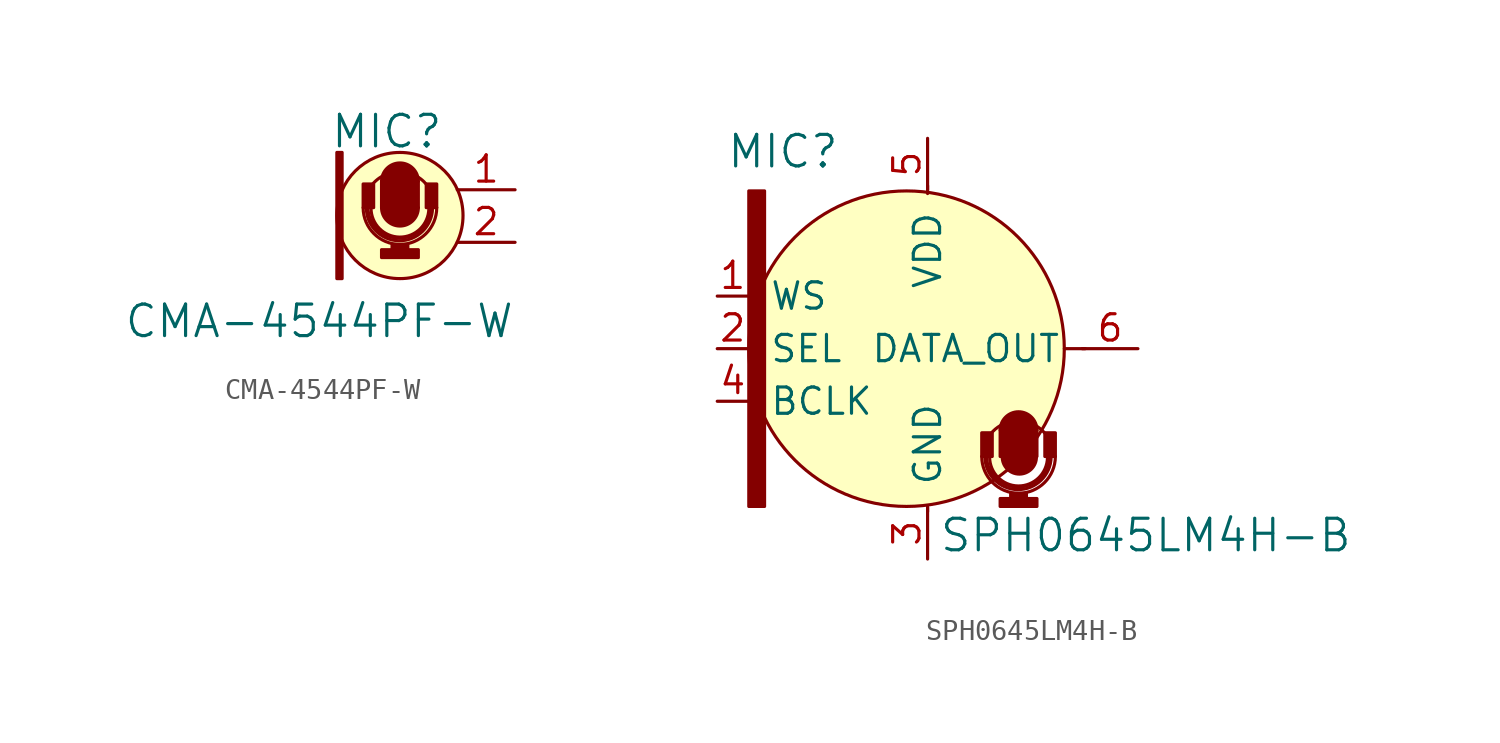
<source format=kicad_sym>
(kicad_symbol_lib
  (version 20220914)
  (generator kicad_symbol_editor)
  (symbol "CMA-4544PF-W"
    (pin_names
      (offset 1.016))
    (property "Reference" "MIC"
      (at -1.118 2.819 0)
      (effects (font (size 1.524 1.524))))
    (property "Value" "CMA-4544PF-W"
      (at 5.08 -6.35 0)
      (effects (font (size 1.524 1.524)) (justify right)))
    (symbol "CMA-4544PF-W_0_1"
      (rectangle (start -3.277 -4.293) (end -3.531 1.803) (stroke (width 0) (type solid)) (fill (type outline)))
      (rectangle (start -2.261 -0.864) (end -1.753 0.279) (stroke (width 0) (type solid)) (fill (type outline)))
      (arc (start -2.2606 -0.8636) (mid -0.4826 -2.6339) (end 1.2954 -0.8636) (stroke (width 0) (type solid)) (fill (type none)))
      (arc (start -2.1082 -0.8636) (mid -0.5207 -2.4637) (end 1.0922 -0.889) (stroke (width 0) (type solid)) (fill (type none)))
      (arc (start -2.032 -0.8636) (mid -0.508 -2.3376) (end 1.016 -0.8636) (stroke (width 0) (type solid)) (fill (type none)))
      (arc (start -1.8796 -0.889) (mid -0.4953 -2.2859) (end 0.9144 -0.9144) (stroke (width 0) (type solid)) (fill (type none)))
      (rectangle (start -1.372 -2.896) (end 0.406 -3.277) (stroke (width 0) (type solid)) (fill (type outline)))
      (arc (start -1.3716 -0.8636) (mid -0.4826 -1.7488) (end 0.4064 -0.8636) (stroke (width 0) (type solid)) (fill (type outline)))
      (rectangle (start -1.372 0.406) (end 0.406 -0.864) (stroke (width 0) (type solid)) (fill (type outline)))
      (rectangle (start -0.864 -2.896) (end -0.102 -2.642) (stroke (width 0) (type solid)) (fill (type outline)))
      (circle (center -0.483 -1.245) (radius 3.048) (stroke (width 0) (type solid)) (fill (type background)))
      (arc (start 0.4064 0.4064) (mid -0.4826 1.2916) (end -1.3716 0.4064) (stroke (width 0) (type solid)) (fill (type outline)))
      (arc (start 1.1938 -0.8128) (mid -0.5334 0.8636) (end -2.2098 -0.8636) (stroke (width 0) (type solid)) (fill (type none)))
      (rectangle (start 1.295 -0.864) (end 0.787 0.279) (stroke (width 0) (type solid)) (fill (type outline))))
    (symbol "CMA-4544PF-W_1_1"
      (pin passive line (at 5.08 0 180) (length 2.794) (name "~" (effects (font (size 1.27 1.27)))) (number "1" (effects (font (size 1.27 1.27)))))
      (pin passive line (at 5.08 -2.54 180) (length 2.794) (name "~" (effects (font (size 1.27 1.27)))) (number "2" (effects (font (size 1.27 1.27)))))))
  (symbol "SPH0645LM4H-B"
    (pin_names
      (offset 1.016))
    (property "Reference" "MIC"
      (at -6.985 9.525 0)
      (effects (font (size 1.524 1.524))))
    (property "Value" "SPH0645LM4H-B"
      (at 10.541 -9.017 0)
      (effects (font (size 1.524 1.524))))
    (symbol "SPH0645LM4H-B_0_1"
      (rectangle (start -7.874 7.62) (end -8.636 -7.62) (stroke (width 0) (type solid)) (fill (type outline)))
      (circle (center -1.016 0) (radius 7.62) (stroke (width 0) (type solid)) (fill (type background)))
      (polyline (pts (xy 0 -7.62) (xy 0 -7.874)) (stroke (width 0) (type solid)) (fill (type none)))
      (polyline (pts (xy 0 7.493) (xy 0 7.874)) (stroke (width 0) (type solid)) (fill (type none)))
      (polyline (pts (xy 7.62 0) (xy 6.604 0)) (stroke (width 0) (type solid)) (fill (type none)))
      (rectangle (start 2.616 -5.207) (end 3.124 -4.064) (stroke (width 0) (type solid)) (fill (type outline)))
      (arc (start 2.6162 -5.207) (mid 4.3942 -6.9773) (end 6.1722 -5.207) (stroke (width 0) (type solid)) (fill (type none)))
      (arc (start 2.7686 -5.207) (mid 4.3561 -6.8071) (end 5.969 -5.2324) (stroke (width 0) (type solid)) (fill (type none)))
      (arc (start 2.8448 -5.207) (mid 4.3688 -6.681) (end 5.8928 -5.207) (stroke (width 0) (type solid)) (fill (type none)))
      (arc (start 2.9972 -5.2324) (mid 4.3815 -6.6293) (end 5.7912 -5.2578) (stroke (width 0) (type solid)) (fill (type none)))
      (rectangle (start 3.505 -7.239) (end 5.283 -7.62) (stroke (width 0) (type solid)) (fill (type outline)))
      (rectangle (start 3.505 -3.937) (end 5.283 -5.207) (stroke (width 0) (type solid)) (fill (type outline)))
      (arc (start 3.6068 -5.2324) (mid 4.4323 -6.0543) (end 5.2578 -5.2324) (stroke (width 0) (type solid)) (fill (type outline)))
      (rectangle (start 4.013 -7.239) (end 4.775 -6.985) (stroke (width 0) (type solid)) (fill (type outline)))
      (arc (start 5.2832 -3.937) (mid 4.3942 -3.0518) (end 3.5052 -3.937) (stroke (width 0) (type solid)) (fill (type outline)))
      (arc (start 6.0706 -5.1562) (mid 4.3434 -3.4798) (end 2.667 -5.207) (stroke (width 0) (type solid)) (fill (type none)))
      (rectangle (start 6.172 -5.207) (end 5.664 -4.064) (stroke (width 0) (type solid)) (fill (type outline))))
    (symbol "SPH0645LM4H-B_1_1"
      (pin input line (at -10.16 2.54 0) (length 1.499) (name "WS" (effects (font (size 1.27 1.27)))) (number "1" (effects (font (size 1.27 1.27)))))
      (pin input line (at -10.16 0 0) (length 1.499) (name "SEL" (effects (font (size 1.27 1.27)))) (number "2" (effects (font (size 1.27 1.27)))))
      (pin power_in line (at 0 -10.16 90) (length 2.489) (name "GND" (effects (font (size 1.27 1.27)))) (number "3" (effects (font (size 1.27 1.27)))))
      (pin input line (at -10.16 -2.54 0) (length 1.499) (name "BCLK" (effects (font (size 1.27 1.27)))) (number "4" (effects (font (size 1.27 1.27)))))
      (pin power_in line (at 0 10.16 270) (length 2.489) (name "VDD" (effects (font (size 1.27 1.27)))) (number "5" (effects (font (size 1.27 1.27)))))
      (pin output line (at 10.16 0 180) (length 2.692) (name "DATA_OUT" (effects (font (size 1.27 1.27)))) (number "6" (effects (font (size 1.27 1.27))))))))
</source>
